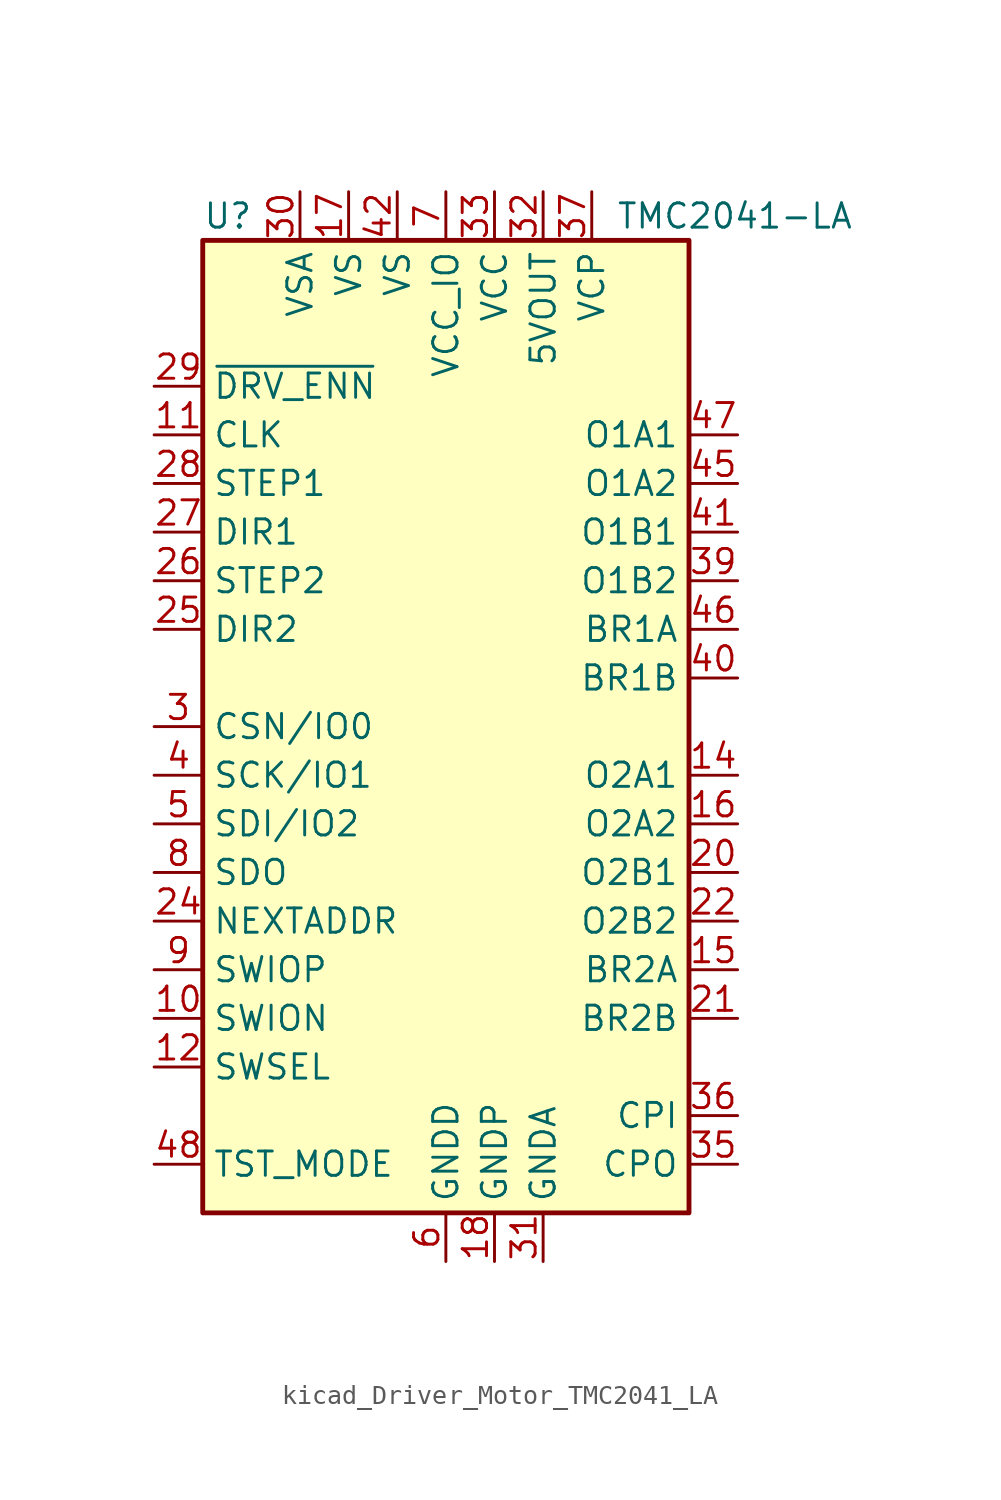
<source format=kicad_sym>
(kicad_symbol_lib
  (version 20220914)
  (generator kicad_symbol_editor)
  (symbol "kicad_Driver_Motor_TMC2041_LA"
    (property "Reference" "U"
      (at -12.7 26.67 0)
      (effects (font (size 1.27 1.27)) (justify left)))
    (property "Value" "TMC2041-LA"
      (at 8.89 26.67 0)
      (effects (font (size 1.27 1.27)) (justify left)))
    (symbol "kicad_Driver_Motor_TMC2041_LA_0_1"
      (rectangle (start -12.7 25.4) (end 12.7 -25.4) (stroke (width 0.254) (type default)) (fill (type background))))
    (symbol "kicad_Driver_Motor_TMC2041_LA_1_1"
      (pin passive line (at 0 -27.94 90) (length 2.54) hide (name "GNDD" (effects (font (size 1.27 1.27)))) (number "1" (effects (font (size 1.27 1.27)))))
      (pin bidirectional line (at -15.24 -15.24 0) (length 2.54) (name "SWION" (effects (font (size 1.27 1.27)))) (number "10" (effects (font (size 1.27 1.27)))))
      (pin input line (at -15.24 15.24 0) (length 2.54) (name "CLK" (effects (font (size 1.27 1.27)))) (number "11" (effects (font (size 1.27 1.27)))))
      (pin input line (at -15.24 -17.78 0) (length 2.54) (name "SWSEL" (effects (font (size 1.27 1.27)))) (number "12" (effects (font (size 1.27 1.27)))))
      (pin passive line (at 0 -27.94 90) (length 2.54) hide (name "GNDD" (effects (font (size 1.27 1.27)))) (number "13" (effects (font (size 1.27 1.27)))))
      (pin output line (at 15.24 -2.54 180) (length 2.54) (name "O2A1" (effects (font (size 1.27 1.27)))) (number "14" (effects (font (size 1.27 1.27)))))
      (pin passive line (at 15.24 -12.7 180) (length 2.54) (name "BR2A" (effects (font (size 1.27 1.27)))) (number "15" (effects (font (size 1.27 1.27)))))
      (pin output line (at 15.24 -5.08 180) (length 2.54) (name "O2A2" (effects (font (size 1.27 1.27)))) (number "16" (effects (font (size 1.27 1.27)))))
      (pin power_in line (at -5.08 27.94 270) (length 2.54) (name "VS" (effects (font (size 1.27 1.27)))) (number "17" (effects (font (size 1.27 1.27)))))
      (pin power_in line (at 2.54 -27.94 90) (length 2.54) (name "GNDP" (effects (font (size 1.27 1.27)))) (number "18" (effects (font (size 1.27 1.27)))))
      (pin passive line (at -5.08 27.94 270) (length 2.54) hide (name "VS" (effects (font (size 1.27 1.27)))) (number "19" (effects (font (size 1.27 1.27)))))
      (pin passive line (at 0 -27.94 90) (length 2.54) hide (name "GNDD" (effects (font (size 1.27 1.27)))) (number "2" (effects (font (size 1.27 1.27)))))
      (pin output line (at 15.24 -7.62 180) (length 2.54) (name "O2B1" (effects (font (size 1.27 1.27)))) (number "20" (effects (font (size 1.27 1.27)))))
      (pin passive line (at 15.24 -15.24 180) (length 2.54) (name "BR2B" (effects (font (size 1.27 1.27)))) (number "21" (effects (font (size 1.27 1.27)))))
      (pin output line (at 15.24 -10.16 180) (length 2.54) (name "O2B2" (effects (font (size 1.27 1.27)))) (number "22" (effects (font (size 1.27 1.27)))))
      (pin passive line (at 0 -27.94 90) (length 2.54) hide (name "GNDD" (effects (font (size 1.27 1.27)))) (number "23" (effects (font (size 1.27 1.27)))))
      (pin input line (at -15.24 -10.16 0) (length 2.54) (name "NEXTADDR" (effects (font (size 1.27 1.27)))) (number "24" (effects (font (size 1.27 1.27)))))
      (pin input line (at -15.24 5.08 0) (length 2.54) (name "DIR2" (effects (font (size 1.27 1.27)))) (number "25" (effects (font (size 1.27 1.27)))))
      (pin input line (at -15.24 7.62 0) (length 2.54) (name "STEP2" (effects (font (size 1.27 1.27)))) (number "26" (effects (font (size 1.27 1.27)))))
      (pin input line (at -15.24 10.16 0) (length 2.54) (name "DIR1" (effects (font (size 1.27 1.27)))) (number "27" (effects (font (size 1.27 1.27)))))
      (pin input line (at -15.24 12.7 0) (length 2.54) (name "STEP1" (effects (font (size 1.27 1.27)))) (number "28" (effects (font (size 1.27 1.27)))))
      (pin input line (at -15.24 17.78 0) (length 2.54) (name "~{DRV_ENN}" (effects (font (size 1.27 1.27)))) (number "29" (effects (font (size 1.27 1.27)))))
      (pin bidirectional line (at -15.24 0 0) (length 2.54) (name "CSN/IO0" (effects (font (size 1.27 1.27)))) (number "3" (effects (font (size 1.27 1.27)))))
      (pin power_in line (at -7.62 27.94 270) (length 2.54) (name "VSA" (effects (font (size 1.27 1.27)))) (number "30" (effects (font (size 1.27 1.27)))))
      (pin power_in line (at 5.08 -27.94 90) (length 2.54) (name "GNDA" (effects (font (size 1.27 1.27)))) (number "31" (effects (font (size 1.27 1.27)))))
      (pin power_out line (at 5.08 27.94 270) (length 2.54) (name "5VOUT" (effects (font (size 1.27 1.27)))) (number "32" (effects (font (size 1.27 1.27)))))
      (pin power_in line (at 2.54 27.94 270) (length 2.54) (name "VCC" (effects (font (size 1.27 1.27)))) (number "33" (effects (font (size 1.27 1.27)))))
      (pin passive line (at 0 -27.94 90) (length 2.54) hide (name "GNDD" (effects (font (size 1.27 1.27)))) (number "34" (effects (font (size 1.27 1.27)))))
      (pin passive line (at 15.24 -22.86 180) (length 2.54) (name "CPO" (effects (font (size 1.27 1.27)))) (number "35" (effects (font (size 1.27 1.27)))))
      (pin passive line (at 15.24 -20.32 180) (length 2.54) (name "CPI" (effects (font (size 1.27 1.27)))) (number "36" (effects (font (size 1.27 1.27)))))
      (pin passive line (at 7.62 27.94 270) (length 2.54) (name "VCP" (effects (font (size 1.27 1.27)))) (number "37" (effects (font (size 1.27 1.27)))))
      (pin passive line (at 0 -27.94 90) (length 2.54) hide (name "GNDD" (effects (font (size 1.27 1.27)))) (number "38" (effects (font (size 1.27 1.27)))))
      (pin output line (at 15.24 7.62 180) (length 2.54) (name "O1B2" (effects (font (size 1.27 1.27)))) (number "39" (effects (font (size 1.27 1.27)))))
      (pin bidirectional line (at -15.24 -2.54 0) (length 2.54) (name "SCK/IO1" (effects (font (size 1.27 1.27)))) (number "4" (effects (font (size 1.27 1.27)))))
      (pin passive line (at 15.24 2.54 180) (length 2.54) (name "BR1B" (effects (font (size 1.27 1.27)))) (number "40" (effects (font (size 1.27 1.27)))))
      (pin output line (at 15.24 10.16 180) (length 2.54) (name "O1B1" (effects (font (size 1.27 1.27)))) (number "41" (effects (font (size 1.27 1.27)))))
      (pin power_in line (at -2.54 27.94 270) (length 2.54) (name "VS" (effects (font (size 1.27 1.27)))) (number "42" (effects (font (size 1.27 1.27)))))
      (pin passive line (at 2.54 -27.94 90) (length 2.54) hide (name "GNDP" (effects (font (size 1.27 1.27)))) (number "43" (effects (font (size 1.27 1.27)))))
      (pin passive line (at -2.54 27.94 270) (length 2.54) hide (name "VS" (effects (font (size 1.27 1.27)))) (number "44" (effects (font (size 1.27 1.27)))))
      (pin output line (at 15.24 12.7 180) (length 2.54) (name "O1A2" (effects (font (size 1.27 1.27)))) (number "45" (effects (font (size 1.27 1.27)))))
      (pin passive line (at 15.24 5.08 180) (length 2.54) (name "BR1A" (effects (font (size 1.27 1.27)))) (number "46" (effects (font (size 1.27 1.27)))))
      (pin output line (at 15.24 15.24 180) (length 2.54) (name "O1A1" (effects (font (size 1.27 1.27)))) (number "47" (effects (font (size 1.27 1.27)))))
      (pin input line (at -15.24 -22.86 0) (length 2.54) (name "TST_MODE" (effects (font (size 1.27 1.27)))) (number "48" (effects (font (size 1.27 1.27)))))
      (pin passive line (at 0 -27.94 90) (length 2.54) hide (name "GNDD" (effects (font (size 1.27 1.27)))) (number "49" (effects (font (size 1.27 1.27)))))
      (pin bidirectional line (at -15.24 -5.08 0) (length 2.54) (name "SDI/IO2" (effects (font (size 1.27 1.27)))) (number "5" (effects (font (size 1.27 1.27)))))
      (pin power_in line (at 0 -27.94 90) (length 2.54) (name "GNDD" (effects (font (size 1.27 1.27)))) (number "6" (effects (font (size 1.27 1.27)))))
      (pin power_in line (at 0 27.94 270) (length 2.54) (name "VCC_IO" (effects (font (size 1.27 1.27)))) (number "7" (effects (font (size 1.27 1.27)))))
      (pin bidirectional line (at -15.24 -7.62 0) (length 2.54) (name "SDO" (effects (font (size 1.27 1.27)))) (number "8" (effects (font (size 1.27 1.27)))))
      (pin bidirectional line (at -15.24 -12.7 0) (length 2.54) (name "SWIOP" (effects (font (size 1.27 1.27)))) (number "9" (effects (font (size 1.27 1.27))))))))
</source>
